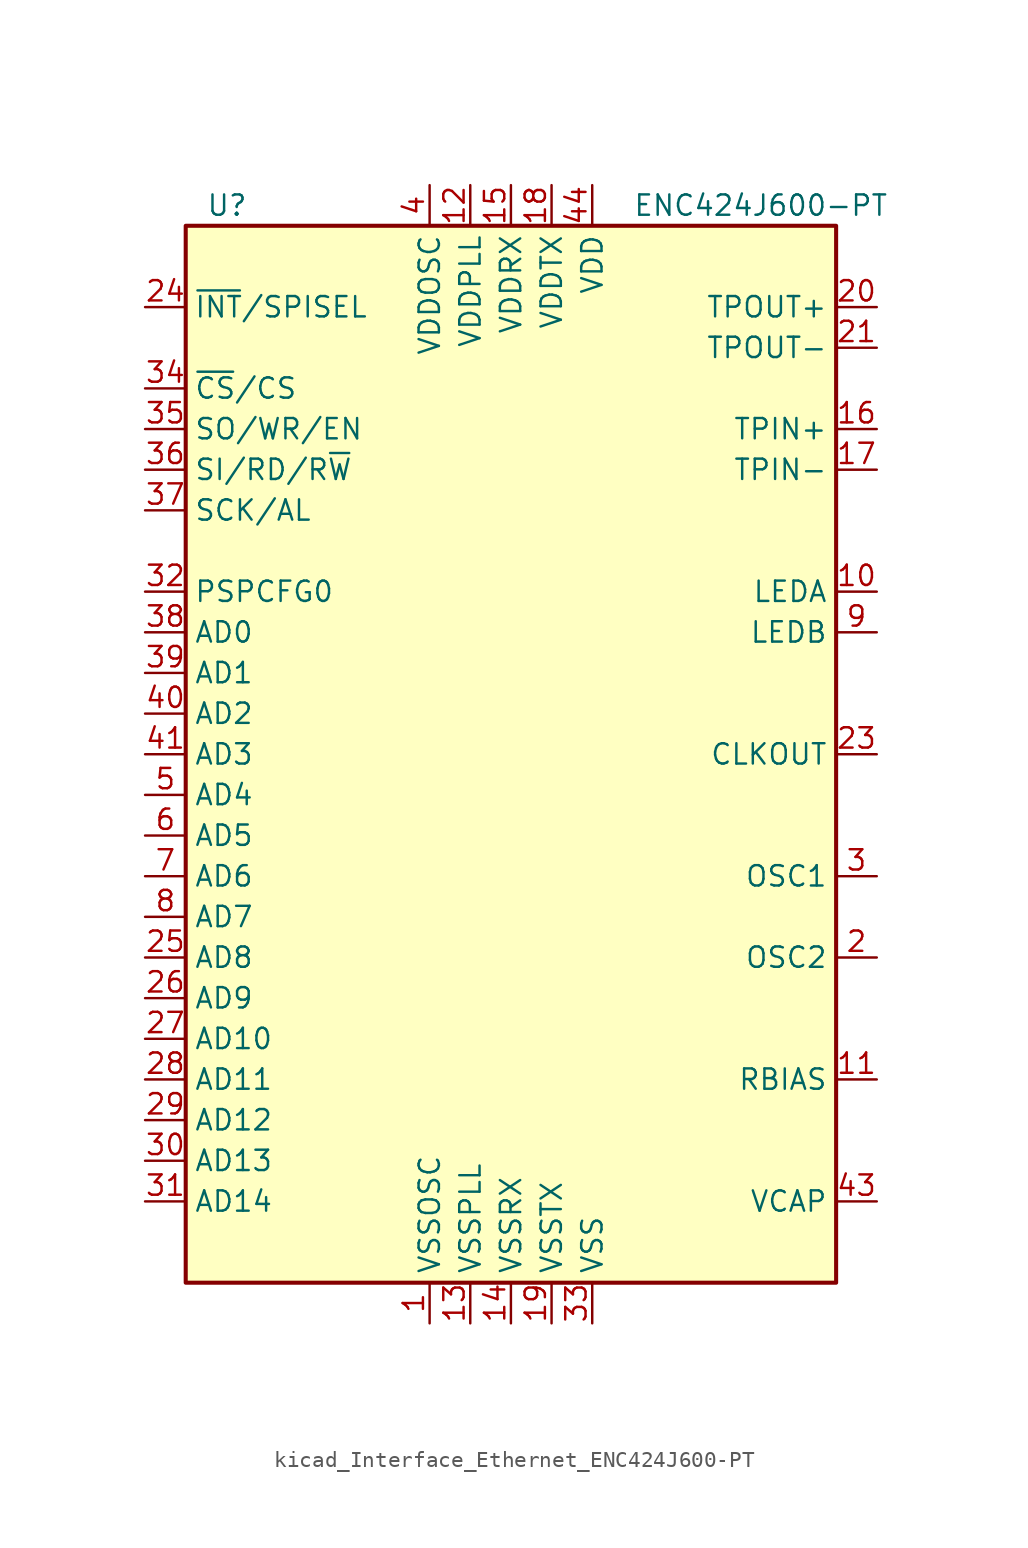
<source format=kicad_sym>
(kicad_symbol_lib
  (version 20220914)
  (generator kicad_symbol_editor)
  (symbol "kicad_Interface_Ethernet_ENC424J600-PT"
    (property "Reference" "U"
      (at -19.05 34.29 0)
      (effects (font (size 1.27 1.27)) (justify left)))
    (property "Value" "ENC424J600-PT"
      (at 7.62 34.29 0)
      (effects (font (size 1.27 1.27)) (justify left)))
    (symbol "kicad_Interface_Ethernet_ENC424J600-PT_0_1"
      (rectangle (start -20.32 33.02) (end 20.32 -33.02) (stroke (width 0.254) (type default)) (fill (type background))))
    (symbol "kicad_Interface_Ethernet_ENC424J600-PT_1_1"
      (pin power_in line (at -5.08 -35.56 90) (length 2.54) (name "VSSOSC" (effects (font (size 1.27 1.27)))) (number "1" (effects (font (size 1.27 1.27)))))
      (pin output line (at 22.86 10.16 180) (length 2.54) (name "LEDA" (effects (font (size 1.27 1.27)))) (number "10" (effects (font (size 1.27 1.27)))))
      (pin input line (at 22.86 -20.32 180) (length 2.54) (name "RBIAS" (effects (font (size 1.27 1.27)))) (number "11" (effects (font (size 1.27 1.27)))))
      (pin power_in line (at -2.54 35.56 270) (length 2.54) (name "VDDPLL" (effects (font (size 1.27 1.27)))) (number "12" (effects (font (size 1.27 1.27)))))
      (pin power_in line (at -2.54 -35.56 90) (length 2.54) (name "VSSPLL" (effects (font (size 1.27 1.27)))) (number "13" (effects (font (size 1.27 1.27)))))
      (pin power_in line (at 0 -35.56 90) (length 2.54) (name "VSSRX" (effects (font (size 1.27 1.27)))) (number "14" (effects (font (size 1.27 1.27)))))
      (pin power_in line (at 0 35.56 270) (length 2.54) (name "VDDRX" (effects (font (size 1.27 1.27)))) (number "15" (effects (font (size 1.27 1.27)))))
      (pin input line (at 22.86 20.32 180) (length 2.54) (name "TPIN+" (effects (font (size 1.27 1.27)))) (number "16" (effects (font (size 1.27 1.27)))))
      (pin input line (at 22.86 17.78 180) (length 2.54) (name "TPIN-" (effects (font (size 1.27 1.27)))) (number "17" (effects (font (size 1.27 1.27)))))
      (pin power_in line (at 2.54 35.56 270) (length 2.54) (name "VDDTX" (effects (font (size 1.27 1.27)))) (number "18" (effects (font (size 1.27 1.27)))))
      (pin power_in line (at 2.54 -35.56 90) (length 2.54) (name "VSSTX" (effects (font (size 1.27 1.27)))) (number "19" (effects (font (size 1.27 1.27)))))
      (pin output line (at 22.86 -12.7 180) (length 2.54) (name "OSC2" (effects (font (size 1.27 1.27)))) (number "2" (effects (font (size 1.27 1.27)))))
      (pin output line (at 22.86 27.94 180) (length 2.54) (name "TPOUT+" (effects (font (size 1.27 1.27)))) (number "20" (effects (font (size 1.27 1.27)))))
      (pin output line (at 22.86 25.4 180) (length 2.54) (name "TPOUT-" (effects (font (size 1.27 1.27)))) (number "21" (effects (font (size 1.27 1.27)))))
      (pin passive line (at 2.54 -35.56 90) (length 2.54) hide (name "VSSTX" (effects (font (size 1.27 1.27)))) (number "22" (effects (font (size 1.27 1.27)))))
      (pin output line (at 22.86 0 180) (length 2.54) (name "CLKOUT" (effects (font (size 1.27 1.27)))) (number "23" (effects (font (size 1.27 1.27)))))
      (pin bidirectional line (at -22.86 27.94 0) (length 2.54) (name "~{INT}/SPISEL" (effects (font (size 1.27 1.27)))) (number "24" (effects (font (size 1.27 1.27)))))
      (pin bidirectional line (at -22.86 -12.7 0) (length 2.54) (name "AD8" (effects (font (size 1.27 1.27)))) (number "25" (effects (font (size 1.27 1.27)))))
      (pin bidirectional line (at -22.86 -15.24 0) (length 2.54) (name "AD9" (effects (font (size 1.27 1.27)))) (number "26" (effects (font (size 1.27 1.27)))))
      (pin bidirectional line (at -22.86 -17.78 0) (length 2.54) (name "AD10" (effects (font (size 1.27 1.27)))) (number "27" (effects (font (size 1.27 1.27)))))
      (pin bidirectional line (at -22.86 -20.32 0) (length 2.54) (name "AD11" (effects (font (size 1.27 1.27)))) (number "28" (effects (font (size 1.27 1.27)))))
      (pin bidirectional line (at -22.86 -22.86 0) (length 2.54) (name "AD12" (effects (font (size 1.27 1.27)))) (number "29" (effects (font (size 1.27 1.27)))))
      (pin input line (at 22.86 -7.62 180) (length 2.54) (name "OSC1" (effects (font (size 1.27 1.27)))) (number "3" (effects (font (size 1.27 1.27)))))
      (pin bidirectional line (at -22.86 -25.4 0) (length 2.54) (name "AD13" (effects (font (size 1.27 1.27)))) (number "30" (effects (font (size 1.27 1.27)))))
      (pin bidirectional line (at -22.86 -27.94 0) (length 2.54) (name "AD14" (effects (font (size 1.27 1.27)))) (number "31" (effects (font (size 1.27 1.27)))))
      (pin input line (at -22.86 10.16 0) (length 2.54) (name "PSPCFG0" (effects (font (size 1.27 1.27)))) (number "32" (effects (font (size 1.27 1.27)))))
      (pin power_in line (at 5.08 -35.56 90) (length 2.54) (name "VSS" (effects (font (size 1.27 1.27)))) (number "33" (effects (font (size 1.27 1.27)))))
      (pin input line (at -22.86 22.86 0) (length 2.54) (name "~{CS}/CS" (effects (font (size 1.27 1.27)))) (number "34" (effects (font (size 1.27 1.27)))))
      (pin bidirectional line (at -22.86 20.32 0) (length 2.54) (name "SO/WR/EN" (effects (font (size 1.27 1.27)))) (number "35" (effects (font (size 1.27 1.27)))))
      (pin input line (at -22.86 17.78 0) (length 2.54) (name "SI/RD/R~{W}" (effects (font (size 1.27 1.27)))) (number "36" (effects (font (size 1.27 1.27)))))
      (pin input line (at -22.86 15.24 0) (length 2.54) (name "SCK/AL" (effects (font (size 1.27 1.27)))) (number "37" (effects (font (size 1.27 1.27)))))
      (pin bidirectional line (at -22.86 7.62 0) (length 2.54) (name "AD0" (effects (font (size 1.27 1.27)))) (number "38" (effects (font (size 1.27 1.27)))))
      (pin input line (at -22.86 5.08 0) (length 2.54) (name "AD1" (effects (font (size 1.27 1.27)))) (number "39" (effects (font (size 1.27 1.27)))))
      (pin power_in line (at -5.08 35.56 270) (length 2.54) (name "VDDOSC" (effects (font (size 1.27 1.27)))) (number "4" (effects (font (size 1.27 1.27)))))
      (pin bidirectional line (at -22.86 2.54 0) (length 2.54) (name "AD2" (effects (font (size 1.27 1.27)))) (number "40" (effects (font (size 1.27 1.27)))))
      (pin bidirectional line (at -22.86 0 0) (length 2.54) (name "AD3" (effects (font (size 1.27 1.27)))) (number "41" (effects (font (size 1.27 1.27)))))
      (pin passive line (at 5.08 -35.56 90) (length 2.54) hide (name "VSS" (effects (font (size 1.27 1.27)))) (number "42" (effects (font (size 1.27 1.27)))))
      (pin input line (at 22.86 -27.94 180) (length 2.54) (name "VCAP" (effects (font (size 1.27 1.27)))) (number "43" (effects (font (size 1.27 1.27)))))
      (pin power_in line (at 5.08 35.56 270) (length 2.54) (name "VDD" (effects (font (size 1.27 1.27)))) (number "44" (effects (font (size 1.27 1.27)))))
      (pin bidirectional line (at -22.86 -2.54 0) (length 2.54) (name "AD4" (effects (font (size 1.27 1.27)))) (number "5" (effects (font (size 1.27 1.27)))))
      (pin bidirectional line (at -22.86 -5.08 0) (length 2.54) (name "AD5" (effects (font (size 1.27 1.27)))) (number "6" (effects (font (size 1.27 1.27)))))
      (pin bidirectional line (at -22.86 -7.62 0) (length 2.54) (name "AD6" (effects (font (size 1.27 1.27)))) (number "7" (effects (font (size 1.27 1.27)))))
      (pin bidirectional line (at -22.86 -10.16 0) (length 2.54) (name "AD7" (effects (font (size 1.27 1.27)))) (number "8" (effects (font (size 1.27 1.27)))))
      (pin output line (at 22.86 7.62 180) (length 2.54) (name "LEDB" (effects (font (size 1.27 1.27)))) (number "9" (effects (font (size 1.27 1.27))))))))
</source>
